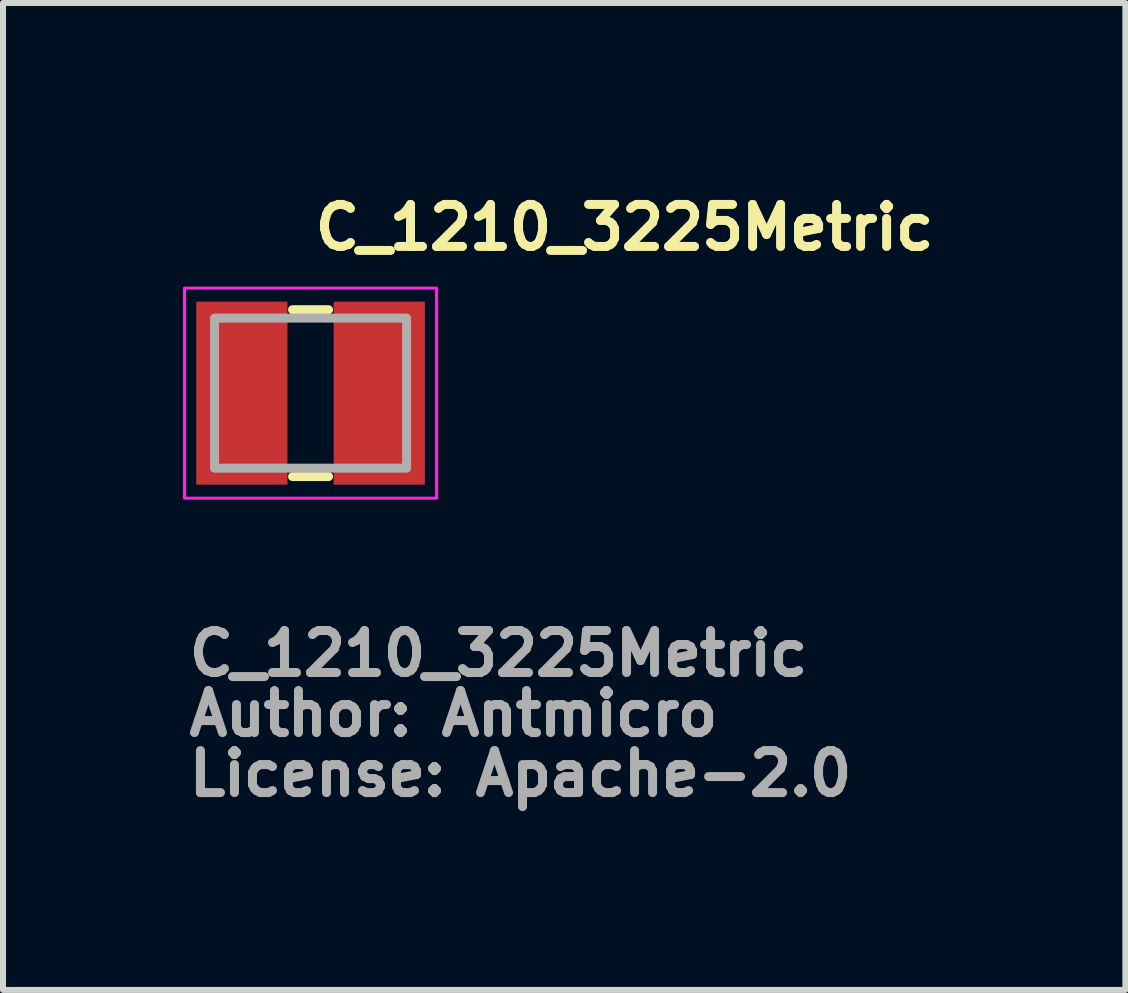
<source format=kicad_pcb>
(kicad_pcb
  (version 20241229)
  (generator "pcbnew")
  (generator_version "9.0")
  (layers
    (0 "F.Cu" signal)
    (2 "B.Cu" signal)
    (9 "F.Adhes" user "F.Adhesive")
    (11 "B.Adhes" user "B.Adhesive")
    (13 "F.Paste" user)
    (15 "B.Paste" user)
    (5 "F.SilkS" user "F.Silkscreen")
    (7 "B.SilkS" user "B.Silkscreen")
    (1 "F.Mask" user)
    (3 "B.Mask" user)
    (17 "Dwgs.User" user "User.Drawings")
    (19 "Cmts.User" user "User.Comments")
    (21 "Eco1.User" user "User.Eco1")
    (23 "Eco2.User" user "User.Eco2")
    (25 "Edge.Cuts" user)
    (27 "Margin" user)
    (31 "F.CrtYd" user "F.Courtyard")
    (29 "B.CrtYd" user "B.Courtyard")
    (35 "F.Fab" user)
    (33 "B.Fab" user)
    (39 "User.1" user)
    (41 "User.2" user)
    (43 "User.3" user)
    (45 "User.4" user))
  (footprint "C_1210_3225Metric"
    (layer "F.Cu")
    (at 2.125 3.501)
    (property "Reference" "C_1210_3225Metric" (at 0 -2.351 0) (layer "F.SilkS") (effects (font (size 0.7 0.7) (thickness 0.15)) (justify left bottom)))
    (attr smd)
    (fp_line (start -0.3 -1.39) (end 0.3 -1.39) (stroke (width 0.15) (type solid)) (layer "F.SilkS"))
    (fp_line (start -0.3 1.39) (end 0.3 1.39) (stroke (width 0.15) (type solid)) (layer "F.SilkS"))
    (fp_rect (start -2.1 -1.75) (end 2.1 1.75) (stroke (width 0.05) (type solid)) (fill no) (layer "F.CrtYd"))
    (fp_rect (start -1.6 -1.25) (end 1.6 1.25) (stroke (width 0.15) (type solid)) (fill no) (layer "F.Fab"))
    (fp_rect (start -1.6 -1.25) (end 1.6 1.25) (stroke (width 0.1) (type solid)) (fill no) (layer "User.5"))
    (fp_line (start -1.601 -1.246) (end -1.601 -1.244) (stroke (width 0.02) (type solid)) (layer "User.9"))
    (fp_line (start -1.601 -1.244) (end -1.601 -1.244) (stroke (width 0.02) (type solid)) (layer "User.9"))
    (fp_line (start -1.601 -1.244) (end -1.601 -1.244) (stroke (width 0.02) (type solid)) (layer "User.9"))
    (fp_line (start -1.601 -1.244) (end -1.601 -1.244) (stroke (width 0.02) (type solid)) (layer "User.9"))
    (fp_line (start -1.601 -1.244) (end -1.601 -1.244) (stroke (width 0.02) (type solid)) (layer "User.9"))
    (fp_line (start -1.601 -1.244) (end -1.601 -1.242) (stroke (width 0.02) (type solid)) (layer "User.9"))
    (fp_line (start -1.601 -1.242) (end -1.601 -1.242) (stroke (width 0.02) (type solid)) (layer "User.9"))
    (fp_line (start -1.601 -1.242) (end -1.601 -1.242) (stroke (width 0.02) (type solid)) (layer "User.9"))
    (fp_line (start -1.601 -1.242) (end -1.601 -1.24) (stroke (width 0.02) (type solid)) (layer "User.9"))
    (fp_line (start -1.601 -1.24) (end -1.601 -1.24) (stroke (width 0.02) (type solid)) (layer "User.9"))
    (fp_line (start -1.601 -1.24) (end -1.601 -1.24) (stroke (width 0.02) (type solid)) (layer "User.9"))
    (fp_line (start -1.601 -1.24) (end -1.601 -1.24) (stroke (width 0.02) (type solid)) (layer "User.9"))
    (fp_line (start -1.601 -1.24) (end -1.601 -1.24) (stroke (width 0.02) (type solid)) (layer "User.9"))
    (fp_line (start -1.601 -1.24) (end -1.601 -1.238) (stroke (width 0.02) (type solid)) (layer "User.9"))
    (fp_line (start -1.601 -1.24) (end -1.601 1.239) (stroke (width 0.02) (type solid)) (layer "User.9"))
    (fp_line (start -1.601 -1.238) (end -1.601 -1.238) (stroke (width 0.02) (type solid)) (layer "User.9"))
    (fp_line (start -1.601 -1.238) (end -1.601 -1.238) (stroke (width 0.02) (type solid)) (layer "User.9"))
    (fp_line (start -1.601 -1.238) (end -1.601 -1.238) (stroke (width 0.02) (type solid)) (layer "User.9"))
    (fp_line (start -1.601 -1.238) (end -1.601 -1.238) (stroke (width 0.02) (type solid)) (layer "User.9"))
    (fp_line (start -1.601 -1.238) (end -1.601 -1.236) (stroke (width 0.02) (type solid)) (layer "User.9"))
    (fp_line (start -1.601 -1.236) (end -1.599 -1.236) (stroke (width 0.02) (type solid)) (layer "User.9"))
    (fp_line (start -1.601 1.235) (end -1.601 1.235) (stroke (width 0.02) (type solid)) (layer "User.9"))
    (fp_line (start -1.601 1.235) (end -1.601 1.235) (stroke (width 0.02) (type solid)) (layer "User.9"))
    (fp_line (start -1.601 1.235) (end -1.601 1.237) (stroke (width 0.02) (type solid)) (layer "User.9"))
    (fp_line (start -1.601 1.237) (end -1.601 1.237) (stroke (width 0.02) (type solid)) (layer "User.9"))
    (fp_line (start -1.601 1.237) (end -1.601 1.237) (stroke (width 0.02) (type solid)) (layer "User.9"))
    (fp_line (start -1.601 1.237) (end -1.601 1.237) (stroke (width 0.02) (type solid)) (layer "User.9"))
    (fp_line (start -1.601 1.237) (end -1.601 1.237) (stroke (width 0.02) (type solid)) (layer "User.9"))
    (fp_line (start -1.601 1.237) (end -1.601 1.239) (stroke (width 0.02) (type solid)) (layer "User.9"))
    (fp_line (start -1.601 1.239) (end -1.601 1.239) (stroke (width 0.02) (type solid)) (layer "User.9"))
    (fp_line (start -1.601 1.239) (end -1.601 1.239) (stroke (width 0.02) (type solid)) (layer "User.9"))
    (fp_line (start -1.601 1.239) (end -1.601 1.239) (stroke (width 0.02) (type solid)) (layer "User.9"))
    (fp_line (start -1.601 1.239) (end -1.601 1.241) (stroke (width 0.02) (type solid)) (layer "User.9"))
    (fp_line (start -1.601 1.241) (end -1.601 1.241) (stroke (width 0.02) (type solid)) (layer "User.9"))
    (fp_line (start -1.601 1.241) (end -1.601 1.241) (stroke (width 0.02) (type solid)) (layer "User.9"))
    (fp_line (start -1.601 1.241) (end -1.601 1.241) (stroke (width 0.02) (type solid)) (layer "User.9"))
    (fp_line (start -1.601 1.241) (end -1.601 1.241) (stroke (width 0.02) (type solid)) (layer "User.9"))
    (fp_line (start -1.601 1.241) (end -1.601 1.243) (stroke (width 0.02) (type solid)) (layer "User.9"))
    (fp_line (start -1.601 1.243) (end -1.601 1.243) (stroke (width 0.02) (type solid)) (layer "User.9"))
    (fp_line (start -1.601 1.243) (end -1.601 1.243) (stroke (width 0.02) (type solid)) (layer "User.9"))
    (fp_line (start -1.601 1.243) (end -1.599 1.243) (stroke (width 0.02) (type solid)) (layer "User.9"))
    (fp_line (start -1.599 -1.248) (end -1.599 -1.248) (stroke (width 0.02) (type solid)) (layer "User.9"))
    (fp_line (start -1.599 -1.248) (end -1.599 -1.248) (stroke (width 0.02) (type solid)) (layer "User.9"))
    (fp_line (start -1.599 -1.248) (end -1.599 -1.246) (stroke (width 0.02) (type solid)) (layer "User.9"))
    (fp_line (start -1.599 -1.246) (end -1.601 -1.246) (stroke (width 0.02) (type solid)) (layer "User.9"))
    (fp_line (start -1.599 -1.246) (end -1.599 -1.246) (stroke (width 0.02) (type solid)) (layer "User.9"))
    (fp_line (start -1.599 -1.246) (end -1.599 -1.246) (stroke (width 0.02) (type solid)) (layer "User.9"))
    (fp_line (start -1.599 -1.246) (end -1.599 -1.246) (stroke (width 0.02) (type solid)) (layer "User.9"))
    (fp_line (start -1.599 -1.236) (end -1.599 -1.236) (stroke (width 0.02) (type solid)) (layer "User.9"))
    (fp_line (start -1.599 -1.236) (end -1.599 -1.236) (stroke (width 0.02) (type solid)) (layer "User.9"))
    (fp_line (start -1.599 -1.236) (end -1.599 -1.236) (stroke (width 0.02) (type solid)) (layer "User.9"))
    (fp_line (start -1.599 -1.236) (end -1.599 -1.234) (stroke (width 0.02) (type solid)) (layer "User.9"))
    (fp_line (start -1.599 -1.234) (end -1.599 -1.234) (stroke (width 0.02) (type solid)) (layer "User.9"))
    (fp_line (start -1.599 -1.234) (end -1.599 -1.234) (stroke (width 0.02) (type solid)) (layer "User.9"))
    (fp_line (start -1.599 -1.234) (end -1.597 -1.234) (stroke (width 0.02) (type solid)) (layer "User.9"))
    (fp_line (start -1.599 1.231) (end -1.599 1.233) (stroke (width 0.02) (type solid)) (layer "User.9"))
    (fp_line (start -1.599 1.233) (end -1.599 1.233) (stroke (width 0.02) (type solid)) (layer "User.9"))
    (fp_line (start -1.599 1.233) (end -1.599 1.233) (stroke (width 0.02) (type solid)) (layer "User.9"))
    (fp_line (start -1.599 1.233) (end -1.599 1.233) (stroke (width 0.02) (type solid)) (layer "User.9"))
    (fp_line (start -1.599 1.233) (end -1.599 1.233) (stroke (width 0.02) (type solid)) (layer "User.9"))
    (fp_line (start -1.599 1.233) (end -1.599 1.235) (stroke (width 0.02) (type solid)) (layer "User.9"))
    (fp_line (start -1.599 1.235) (end -1.601 1.235) (stroke (width 0.02) (type solid)) (layer "User.9"))
    (fp_line (start -1.599 1.243) (end -1.599 1.245) (stroke (width 0.02) (type solid)) (layer "User.9"))
    (fp_line (start -1.599 1.245) (end -1.599 1.245) (stroke (width 0.02) (type solid)) (layer "User.9"))
    (fp_line (start -1.599 1.245) (end -1.599 1.245) (stroke (width 0.02) (type solid)) (layer "User.9"))
    (fp_line (start -1.599 1.245) (end -1.599 1.245) (stroke (width 0.02) (type solid)) (layer "User.9"))
    (fp_line (start -1.599 1.245) (end -1.599 1.245) (stroke (width 0.02) (type solid)) (layer "User.9"))
    (fp_line (start -1.599 1.245) (end -1.599 1.247) (stroke (width 0.02) (type solid)) (layer "User.9"))
    (fp_line (start -1.599 1.247) (end -1.597 1.247) (stroke (width 0.02) (type solid)) (layer "User.9"))
    (fp_line (start -1.597 -1.25) (end -1.597 -1.25) (stroke (width 0.02) (type solid)) (layer "User.9"))
    (fp_line (start -1.597 -1.25) (end -1.597 -1.25) (stroke (width 0.02) (type solid)) (layer "User.9"))
    (fp_line (start -1.597 -1.25) (end -1.597 -1.248) (stroke (width 0.02) (type solid)) (layer "User.9"))
    (fp_line (start -1.597 -1.248) (end -1.599 -1.248) (stroke (width 0.02) (type solid)) (layer "User.9"))
    (fp_line (start -1.597 -1.248) (end -1.597 -1.248) (stroke (width 0.02) (type solid)) (layer "User.9"))
    (fp_line (start -1.597 -1.234) (end -1.597 -1.234) (stroke (width 0.02) (type solid)) (layer "User.9"))
    (fp_line (start -1.597 -1.234) (end -1.597 -1.232) (stroke (width 0.02) (type solid)) (layer "User.9"))
    (fp_line (start -1.597 -1.232) (end -1.597 -1.232) (stroke (width 0.02) (type solid)) (layer "User.9"))
    (fp_line (start -1.597 -1.232) (end -1.597 -1.232) (stroke (width 0.02) (type solid)) (layer "User.9"))
    (fp_line (start -1.597 -1.232) (end -1.595 -1.232) (stroke (width 0.02) (type solid)) (layer "User.9"))
    (fp_line (start -1.597 1.231) (end -1.599 1.231) (stroke (width 0.02) (type solid)) (layer "User.9"))
    (fp_line (start -1.597 1.231) (end -1.597 1.231) (stroke (width 0.02) (type solid)) (layer "User.9"))
    (fp_line (start -1.597 1.231) (end -1.597 1.231) (stroke (width 0.02) (type solid)) (layer "User.9"))
    (fp_line (start -1.597 1.231) (end -1.597 1.231) (stroke (width 0.02) (type solid)) (layer "User.9"))
    (fp_line (start -1.597 1.231) (end -1.597 1.231) (stroke (width 0.02) (type solid)) (layer "User.9"))
    (fp_line (start -1.597 1.247) (end -1.597 1.247) (stroke (width 0.02) (type solid)) (layer "User.9"))
    (fp_line (start -1.597 1.247) (end -1.597 1.247) (stroke (width 0.02) (type solid)) (layer "User.9"))
    (fp_line (start -1.597 1.247) (end -1.597 1.247) (stroke (width 0.02) (type solid)) (layer "User.9"))
    (fp_line (start -1.597 1.247) (end -1.597 1.247) (stroke (width 0.02) (type solid)) (layer "User.9"))
    (fp_line (start -1.597 1.247) (end -1.595 1.247) (stroke (width 0.02) (type solid)) (layer "User.9"))
    (fp_line (start -1.595 -1.25) (end -1.597 -1.25) (stroke (width 0.02) (type solid)) (layer "User.9"))
    (fp_line (start -1.595 -1.25) (end -1.595 -1.25) (stroke (width 0.02) (type solid)) (layer "User.9"))
    (fp_line (start -1.595 -1.25) (end -1.595 -1.25) (stroke (width 0.02) (type solid)) (layer "User.9"))
    (fp_line (start -1.595 -1.25) (end -1.595 -1.25) (stroke (width 0.02) (type solid)) (layer "User.9"))
    (fp_line (start -1.595 -1.232) (end -1.595 -1.232) (stroke (width 0.02) (type solid)) (layer "User.9"))
    (fp_line (start -1.595 -1.232) (end -1.595 -1.232) (stroke (width 0.02) (type solid)) (layer "User.9"))
    (fp_line (start -1.595 -1.232) (end -1.595 -1.232) (stroke (width 0.02) (type solid)) (layer "User.9"))
    (fp_line (start -1.595 -1.232) (end -1.593 -1.232) (stroke (width 0.02) (type solid)) (layer "User.9"))
    (fp_line (start -1.595 1.229) (end -1.595 1.229) (stroke (width 0.02) (type solid)) (layer "User.9"))
    (fp_line (start -1.595 1.229) (end -1.595 1.229) (stroke (width 0.02) (type solid)) (layer "User.9"))
    (fp_line (start -1.595 1.229) (end -1.595 1.231) (stroke (width 0.02) (type solid)) (layer "User.9"))
    (fp_line (start -1.595 1.231) (end -1.597 1.231) (stroke (width 0.02) (type solid)) (layer "User.9"))
    (fp_line (start -1.595 1.247) (end -1.595 1.249) (stroke (width 0.02) (type solid)) (layer "User.9"))
    (fp_line (start -1.595 1.249) (end -1.595 1.249) (stroke (width 0.02) (type solid)) (layer "User.9"))
    (fp_line (start -1.595 1.249) (end -1.595 1.249) (stroke (width 0.02) (type solid)) (layer "User.9"))
    (fp_line (start -1.595 1.249) (end -1.593 1.249) (stroke (width 0.02) (type solid)) (layer "User.9"))
    (fp_line (start -1.593 -1.25) (end -1.595 -1.25) (stroke (width 0.02) (type solid)) (layer "User.9"))
    (fp_line (start -1.593 -1.25) (end -1.593 -1.25) (stroke (width 0.02) (type solid)) (layer "User.9"))
    (fp_line (start -1.593 -1.25) (end -1.593 -1.25) (stroke (width 0.02) (type solid)) (layer "User.9"))
    (fp_line (start -1.593 -1.25) (end -1.593 -1.25) (stroke (width 0.02) (type solid)) (layer "User.9"))
    (fp_line (start -1.593 -1.25) (end -1.593 -1.25) (stroke (width 0.02) (type solid)) (layer "User.9"))
    (fp_line (start -1.593 -1.232) (end -1.593 -1.232) (stroke (width 0.02) (type solid)) (layer "User.9"))
    (fp_line (start -1.593 -1.232) (end -1.593 -1.232) (stroke (width 0.02) (type solid)) (layer "User.9"))
    (fp_line (start -1.593 -1.232) (end -1.593 -1.232) (stroke (width 0.02) (type solid)) (layer "User.9"))
    (fp_line (start -1.593 -1.232) (end -1.593 -1.232) (stroke (width 0.02) (type solid)) (layer "User.9"))
    (fp_line (start -1.593 -1.232) (end -1.591 -1.232) (stroke (width 0.02) (type solid)) (layer "User.9"))
    (fp_line (start -1.593 1.229) (end -1.595 1.229) (stroke (width 0.02) (type solid)) (layer "User.9"))
    (fp_line (start -1.593 1.229) (end -1.593 1.229) (stroke (width 0.02) (type solid)) (layer "User.9"))
    (fp_line (start -1.593 1.229) (end -1.593 1.229) (stroke (width 0.02) (type solid)) (layer "User.9"))
    (fp_line (start -1.593 1.229) (end -1.593 1.229) (stroke (width 0.02) (type solid)) (layer "User.9"))
    (fp_line (start -1.593 1.229) (end -1.593 1.229) (stroke (width 0.02) (type solid)) (layer "User.9"))
    (fp_line (start -1.593 1.249) (end -1.593 1.249) (stroke (width 0.02) (type solid)) (layer "User.9"))
    (fp_line (start -1.593 1.249) (end -1.593 1.249) (stroke (width 0.02) (type solid)) (layer "User.9"))
    (fp_line (start -1.593 1.249) (end -1.593 1.249) (stroke (width 0.02) (type solid)) (layer "User.9"))
    (fp_line (start -1.593 1.249) (end -1.593 1.249) (stroke (width 0.02) (type solid)) (layer "User.9"))
    (fp_line (start -1.593 1.249) (end -1.591 1.249) (stroke (width 0.02) (type solid)) (layer "User.9"))
    (fp_line (start -1.591 -1.25) (end -1.593 -1.25) (stroke (width 0.02) (type solid)) (layer "User.9"))
    (fp_line (start -1.591 -1.25) (end -1.591 -1.25) (stroke (width 0.02) (type solid)) (layer "User.9"))
    (fp_line (start -1.591 -1.25) (end -1.591 -1.25) (stroke (width 0.02) (type solid)) (layer "User.9"))
    (fp_line (start -1.591 -1.25) (end -1.591 -1.25) (stroke (width 0.02) (type solid)) (layer "User.9"))
    (fp_line (start -1.591 -1.232) (end -1.591 -1.23) (stroke (width 0.02) (type solid)) (layer "User.9"))
    (fp_line (start -1.591 -1.232) (end -1.589 -1.232) (stroke (width 0.02) (type solid)) (layer "User.9"))
    (fp_line (start -1.591 -1.23) (end -1.591 -1.232) (stroke (width 0.02) (type solid)) (layer "User.9"))
    (fp_line (start -1.591 -1.23) (end -1.591 -1.23) (stroke (width 0.02) (type solid)) (layer "User.9"))
    (fp_line (start -1.591 1.229) (end -1.593 1.229) (stroke (width 0.02) (type solid)) (layer "User.9"))
    (fp_line (start -1.591 1.229) (end -1.591 1.229) (stroke (width 0.02) (type solid)) (layer "User.9"))
    (fp_line (start -1.591 1.229) (end -1.591 1.229) (stroke (width 0.02) (type solid)) (layer "User.9"))
    (fp_line (start -1.591 1.229) (end -1.591 1.229) (stroke (width 0.02) (type solid)) (layer "User.9"))
    (fp_line (start -1.591 1.249) (end -1.591 1.249) (stroke (width 0.02) (type solid)) (layer "User.9"))
    (fp_line (start -1.591 1.249) (end -1.591 1.249) (stroke (width 0.02) (type solid)) (layer "User.9"))
    (fp_line (start -1.591 1.249) (end -1.591 1.249) (stroke (width 0.02) (type solid)) (layer "User.9"))
    (fp_line (start -1.591 1.249) (end -1.589 1.249) (stroke (width 0.02) (type solid)) (layer "User.9"))
    (fp_line (start -1.591 1.249) (end -0.85 1.249) (stroke (width 0.02) (type solid)) (layer "User.9"))
    (fp_line (start -1.589 -1.25) (end -1.591 -1.25) (stroke (width 0.02) (type solid)) (layer "User.9"))
    (fp_line (start -1.589 -1.25) (end -1.589 -1.25) (stroke (width 0.02) (type solid)) (layer "User.9"))
    (fp_line (start -1.589 -1.25) (end -1.589 -1.25) (stroke (width 0.02) (type solid)) (layer "User.9"))
    (fp_line (start -1.589 -1.25) (end -1.589 -1.25) (stroke (width 0.02) (type solid)) (layer "User.9"))
    (fp_line (start -1.589 -1.25) (end -1.589 -1.25) (stroke (width 0.02) (type solid)) (layer "User.9"))
    (fp_line (start -1.589 -1.232) (end -1.589 -1.232) (stroke (width 0.02) (type solid)) (layer "User.9"))
    (fp_line (start -1.589 -1.232) (end -1.589 -1.232) (stroke (width 0.02) (type solid)) (layer "User.9"))
    (fp_line (start -1.589 -1.232) (end -1.589 -1.232) (stroke (width 0.02) (type solid)) (layer "User.9"))
    (fp_line (start -1.589 -1.232) (end -1.589 -1.232) (stroke (width 0.02) (type solid)) (layer "User.9"))
    (fp_line (start -1.589 -1.232) (end -1.587 -1.232) (stroke (width 0.02) (type solid)) (layer "User.9"))
    (fp_line (start -1.589 1.229) (end -1.591 1.229) (stroke (width 0.02) (type solid)) (layer "User.9"))
    (fp_line (start -1.589 1.229) (end -1.589 1.229) (stroke (width 0.02) (type solid)) (layer "User.9"))
    (fp_line (start -1.589 1.229) (end -1.589 1.229) (stroke (width 0.02) (type solid)) (layer "User.9"))
    (fp_line (start -1.589 1.229) (end -1.589 1.229) (stroke (width 0.02) (type solid)) (layer "User.9"))
    (fp_line (start -1.589 1.229) (end -1.589 1.229) (stroke (width 0.02) (type solid)) (layer "User.9"))
    (fp_line (start -1.589 1.249) (end -1.589 1.249) (stroke (width 0.02) (type solid)) (layer "User.9"))
    (fp_line (start -1.589 1.249) (end -1.589 1.249) (stroke (width 0.02) (type solid)) (layer "User.9"))
    (fp_line (start -1.589 1.249) (end -1.589 1.249) (stroke (width 0.02) (type solid)) (layer "User.9"))
    (fp_line (start -1.589 1.249) (end -1.589 1.249) (stroke (width 0.02) (type solid)) (layer "User.9"))
    (fp_line (start -1.589 1.249) (end -1.587 1.249) (stroke (width 0.02) (type solid)) (layer "User.9"))
    (fp_line (start -1.587 -1.25) (end -1.589 -1.25) (stroke (width 0.02) (type solid)) (layer "User.9"))
    (fp_line (start -1.587 -1.25) (end -1.587 -1.25) (stroke (width 0.02) (type solid)) (layer "User.9"))
    (fp_line (start -1.587 -1.25) (end -1.587 -1.25) (stroke (width 0.02) (type solid)) (layer "User.9"))
    (fp_line (start -1.587 -1.25) (end -1.587 -1.25) (stroke (width 0.02) (type solid)) (layer "User.9"))
    (fp_line (start -1.587 -1.232) (end -1.587 -1.232) (stroke (width 0.02) (type solid)) (layer "User.9"))
    (fp_line (start -1.587 -1.232) (end -1.587 -1.232) (stroke (width 0.02) (type solid)) (layer "User.9"))
    (fp_line (start -1.587 -1.232) (end -1.587 -1.232) (stroke (width 0.02) (type solid)) (layer "User.9"))
    (fp_line (start -1.587 -1.232) (end -1.585 -1.232) (stroke (width 0.02) (type solid)) (layer "User.9"))
    (fp_line (start -1.587 1.229) (end -1.589 1.229) (stroke (width 0.02) (type solid)) (layer "User.9"))
    (fp_line (start -1.587 1.229) (end -1.587 1.229) (stroke (width 0.02) (type solid)) (layer "User.9"))
    (fp_line (start -1.587 1.229) (end -1.587 1.229) (stroke (width 0.02) (type solid)) (layer "User.9"))
    (fp_line (start -1.587 1.231) (end -1.587 1.229) (stroke (width 0.02) (type solid)) (layer "User.9"))
    (fp_line (start -1.587 1.247) (end -1.585 1.247) (stroke (width 0.02) (type solid)) (layer "User.9"))
    (fp_line (start -1.587 1.249) (end -1.587 1.247) (stroke (width 0.02) (type solid)) (layer "User.9"))
    (fp_line (start -1.587 1.249) (end -1.587 1.249) (stroke (width 0.02) (type solid)) (layer "User.9"))
    (fp_line (start -1.587 1.249) (end -1.587 1.249) (stroke (width 0.02) (type solid)) (layer "User.9"))
    (fp_line (start -1.585 -1.25) (end -1.587 -1.25) (stroke (width 0.02) (type solid)) (layer "User.9"))
    (fp_line (start -1.585 -1.25) (end -1.585 -1.25) (stroke (width 0.02) (type solid)) (layer "User.9"))
    (fp_line (start -1.585 -1.25) (end -1.585 -1.25) (stroke (width 0.02) (type solid)) (layer "User.9"))
    (fp_line (start -1.585 -1.248) (end -1.585 -1.25) (stroke (width 0.02) (type solid)) (layer "User.9"))
    (fp_line (start -1.585 -1.248) (end -1.585 -1.248) (stroke (width 0.02) (type solid)) (layer "User.9"))
    (fp_line (start -1.585 -1.234) (end -1.585 -1.234) (stroke (width 0.02) (type solid)) (layer "User.9"))
    (fp_line (start -1.585 -1.234) (end -1.583 -1.234) (stroke (width 0.02) (type solid)) (layer "User.9"))
    (fp_line (start -1.585 -1.232) (end -1.585 -1.234) (stroke (width 0.02) (type solid)) (layer "User.9"))
    (fp_line (start -1.585 -1.232) (end -1.585 -1.232) (stroke (width 0.02) (type solid)) (layer "User.9"))
    (fp_line (start -1.585 -1.232) (end -1.585 -1.232) (stroke (width 0.02) (type solid)) (layer "User.9"))
    (fp_line (start -1.585 1.231) (end -1.587 1.231) (stroke (width 0.02) (type solid)) (layer "User.9"))
    (fp_line (start -1.585 1.231) (end -1.585 1.231) (stroke (width 0.02) (type solid)) (layer "User.9"))
    (fp_line (start -1.585 1.231) (end -1.585 1.231) (stroke (width 0.02) (type solid)) (layer "User.9"))
    (fp_line (start -1.585 1.231) (end -1.585 1.231) (stroke (width 0.02) (type solid)) (layer "User.9"))
    (fp_line (start -1.585 1.231) (end -1.585 1.231) (stroke (width 0.02) (type solid)) (layer "User.9"))
    (fp_line (start -1.585 1.247) (end -1.585 1.247) (stroke (width 0.02) (type solid)) (layer "User.9"))
    (fp_line (start -1.585 1.247) (end -1.585 1.247) (stroke (width 0.02) (type solid)) (layer "User.9"))
    (fp_line (start -1.585 1.247) (end -1.585 1.247) (stroke (width 0.02) (type solid)) (layer "User.9"))
    (fp_line (start -1.585 1.247) (end -1.585 1.247) (stroke (width 0.02) (type solid)) (layer "User.9"))
    (fp_line (start -1.585 1.247) (end -1.583 1.247) (stroke (width 0.02) (type solid)) (layer "User.9"))
    (fp_line (start -1.583 -1.248) (end -1.585 -1.248) (stroke (width 0.02) (type solid)) (layer "User.9"))
    (fp_line (start -1.583 -1.248) (end -1.583 -1.248) (stroke (width 0.02) (type solid)) (layer "User.9"))
    (fp_line (start -1.583 -1.248) (end -1.583 -1.248) (stroke (width 0.02) (type solid)) (layer "User.9"))
    (fp_line (start -1.583 -1.246) (end -1.583 -1.248) (stroke (width 0.02) (type solid)) (layer "User.9"))
    (fp_line (start -1.583 -1.246) (end -1.583 -1.246) (stroke (width 0.02) (type solid)) (layer "User.9"))
    (fp_line (start -1.583 -1.246) (end -1.583 -1.246) (stroke (width 0.02) (type solid)) (layer "User.9"))
    (fp_line (start -1.583 -1.246) (end -1.583 -1.246) (stroke (width 0.02) (type solid)) (layer "User.9"))
    (fp_line (start -1.583 -1.236) (end -1.583 -1.236) (stroke (width 0.02) (type solid)) (layer "User.9"))
    (fp_line (start -1.583 -1.236) (end -1.583 -1.236) (stroke (width 0.02) (type solid)) (layer "User.9"))
    (fp_line (start -1.583 -1.236) (end -1.583 -1.236) (stroke (width 0.02) (type solid)) (layer "User.9"))
    (fp_line (start -1.583 -1.236) (end -1.581 -1.236) (stroke (width 0.02) (type solid)) (layer "User.9"))
    (fp_line (start -1.583 -1.234) (end -1.583 -1.236) (stroke (width 0.02) (type solid)) (layer "User.9"))
    (fp_line (start -1.583 -1.234) (end -1.583 -1.234) (stroke (width 0.02) (type solid)) (layer "User.9"))
    (fp_line (start -1.583 -1.234) (end -1.583 -1.234) (stroke (width 0.02) (type solid)) (layer "User.9"))
    (fp_line (start -1.583 1.231) (end -1.585 1.231) (stroke (width 0.02) (type solid)) (layer "User.9"))
    (fp_line (start -1.583 1.233) (end -1.583 1.231) (stroke (width 0.02) (type solid)) (layer "User.9"))
    (fp_line (start -1.583 1.233) (end -1.583 1.233) (stroke (width 0.02) (type solid)) (layer "User.9"))
    (fp_line (start -1.583 1.233) (end -1.583 1.233) (stroke (width 0.02) (type solid)) (layer "User.9"))
    (fp_line (start -1.583 1.233) (end -1.583 1.233) (stroke (width 0.02) (type solid)) (layer "User.9"))
    (fp_line (start -1.583 1.233) (end -1.583 1.233) (stroke (width 0.02) (type solid)) (layer "User.9"))
    (fp_line (start -1.583 1.235) (end -1.583 1.233) (stroke (width 0.02) (type solid)) (layer "User.9"))
    (fp_line (start -1.583 1.243) (end -1.581 1.243) (stroke (width 0.02) (type solid)) (layer "User.9"))
    (fp_line (start -1.583 1.245) (end -1.583 1.243) (stroke (width 0.02) (type solid)) (layer "User.9"))
    (fp_line (start -1.583 1.245) (end -1.583 1.245) (stroke (width 0.02) (type solid)) (layer "User.9"))
    (fp_line (start -1.583 1.245) (end -1.583 1.245) (stroke (width 0.02) (type solid)) (layer "User.9"))
    (fp_line (start -1.583 1.245) (end -1.583 1.245) (stroke (width 0.02) (type solid)) (layer "User.9"))
    (fp_line (start -1.583 1.245) (end -1.583 1.245) (stroke (width 0.02) (type solid)) (layer "User.9"))
    (fp_line (start -1.583 1.247) (end -1.583 1.245) (stroke (width 0.02) (type solid)) (layer "User.9"))
    (fp_line (start -1.581 -1.246) (end -1.583 -1.246) (stroke (width 0.02) (type solid)) (layer "User.9"))
    (fp_line (start -1.581 -1.244) (end -1.581 -1.246) (stroke (width 0.02) (type solid)) (layer "User.9"))
    (fp_line (start -1.581 -1.244) (end -1.581 -1.244) (stroke (width 0.02) (type solid)) (layer "User.9"))
    (fp_line (start -1.581 -1.244) (end -1.581 -1.244) (stroke (width 0.02) (type solid)) (layer "User.9"))
    (fp_line (start -1.581 -1.244) (end -1.581 -1.244) (stroke (width 0.02) (type solid)) (layer "User.9"))
    (fp_line (start -1.581 -1.244) (end -1.581 -1.244) (stroke (width 0.02) (type solid)) (layer "User.9"))
    (fp_line (start -1.581 -1.242) (end -1.581 -1.244) (stroke (width 0.02) (type solid)) (layer "User.9"))
    (fp_line (start -1.581 -1.242) (end -1.581 -1.242) (stroke (width 0.02) (type solid)) (layer "User.9"))
    (fp_line (start -1.581 -1.242) (end -1.581 -1.242) (stroke (width 0.02) (type solid)) (layer "User.9"))
    (fp_line (start -1.581 -1.24) (end -1.581 -1.242) (stroke (width 0.02) (type solid)) (layer "User.9"))
    (fp_line (start -1.581 -1.24) (end -1.581 -1.24) (stroke (width 0.02) (type solid)) (layer "User.9"))
    (fp_line (start -1.581 -1.24) (end -1.581 -1.24) (stroke (width 0.02) (type solid)) (layer "User.9"))
    (fp_line (start -1.581 -1.24) (end -1.581 -1.24) (stroke (width 0.02) (type solid)) (layer "User.9"))
    (fp_line (start -1.581 -1.24) (end -1.581 -1.24) (stroke (width 0.02) (type solid)) (layer "User.9"))
    (fp_line (start -1.581 -1.24) (end -1.581 -1.24) (stroke (width 0.02) (type solid)) (layer "User.9"))
    (fp_line (start -1.581 -1.238) (end -1.581 -1.24) (stroke (width 0.02) (type solid)) (layer "User.9"))
    (fp_line (start -1.581 -1.238) (end -1.581 -1.238) (stroke (width 0.02) (type solid)) (layer "User.9"))
    (fp_line (start -1.581 -1.238) (end -1.581 -1.238) (stroke (width 0.02) (type solid)) (layer "User.9"))
    (fp_line (start -1.581 -1.238) (end -1.581 -1.238) (stroke (width 0.02) (type solid)) (layer "User.9"))
    (fp_line (start -1.581 -1.238) (end -1.581 -1.238) (stroke (width 0.02) (type solid)) (layer "User.9"))
    (fp_line (start -1.581 -1.236) (end -1.581 -1.238) (stroke (width 0.02) (type solid)) (layer "User.9"))
    (fp_line (start -1.581 1.235) (end -1.583 1.235) (stroke (width 0.02) (type solid)) (layer "User.9"))
    (fp_line (start -1.581 1.235) (end -1.581 1.235) (stroke (width 0.02) (type solid)) (layer "User.9"))
    (fp_line (start -1.581 1.235) (end -1.581 1.235) (stroke (width 0.02) (type solid)) (layer "User.9"))
    (fp_line (start -1.581 1.237) (end -1.581 1.235) (stroke (width 0.02) (type solid)) (layer "User.9"))
    (fp_line (start -1.581 1.237) (end -1.581 1.237) (stroke (width 0.02) (type solid)) (layer "User.9"))
    (fp_line (start -1.581 1.237) (end -1.581 1.237) (stroke (width 0.02) (type solid)) (layer "User.9"))
    (fp_line (start -1.581 1.237) (end -1.581 1.237) (stroke (width 0.02) (type solid)) (layer "User.9"))
    (fp_line (start -1.581 1.237) (end -1.581 1.237) (stroke (width 0.02) (type solid)) (layer "User.9"))
    (fp_line (start -1.581 1.239) (end -1.581 1.237) (stroke (width 0.02) (type solid)) (layer "User.9"))
    (fp_line (start -1.581 1.239) (end -1.581 1.239) (stroke (width 0.02) (type solid)) (layer "User.9"))
    (fp_line (start -1.581 1.239) (end -1.581 1.239) (stroke (width 0.02) (type solid)) (layer "User.9"))
    (fp_line (start -1.581 1.239) (end -1.581 1.239) (stroke (width 0.02) (type solid)) (layer "User.9"))
    (fp_line (start -1.581 1.239) (end -1.581 1.239) (stroke (width 0.02) (type solid)) (layer "User.9"))
    (fp_line (start -1.581 1.241) (end -1.581 1.239) (stroke (width 0.02) (type solid)) (layer "User.9"))
    (fp_line (start -1.581 1.241) (end -1.581 1.241) (stroke (width 0.02) (type solid)) (layer "User.9"))
    (fp_line (start -1.581 1.241) (end -1.581 1.241) (stroke (width 0.02) (type solid)) (layer "User.9"))
    (fp_line (start -1.581 1.241) (end -1.581 1.241) (stroke (width 0.02) (type solid)) (layer "User.9"))
    (fp_line (start -1.581 1.241) (end -1.581 1.241) (stroke (width 0.02) (type solid)) (layer "User.9"))
    (fp_line (start -1.581 1.243) (end -1.581 1.241) (stroke (width 0.02) (type solid)) (layer "User.9"))
    (fp_line (start -1.581 1.243) (end -1.581 1.243) (stroke (width 0.02) (type solid)) (layer "User.9"))
    (fp_line (start -1.581 1.243) (end -1.581 1.243) (stroke (width 0.02) (type solid)) (layer "User.9"))
    (fp_line (start -0.85 -1.25) (end -1.591 -1.25) (stroke (width 0.02) (type solid)) (layer "User.9"))
    (fp_line (start -0.85 -1.24) (end -0.85 -1.25) (stroke (width 0.02) (type solid)) (layer "User.9"))
    (fp_line (start -0.85 1.233) (end 0.848 1.233) (stroke (width 0.02) (type solid)) (layer "User.9"))
    (fp_line (start -0.85 1.239) (end -0.85 -1.24) (stroke (width 0.02) (type solid)) (layer "User.9"))
    (fp_line (start -0.85 1.249) (end -0.85 1.239) (stroke (width 0.02) (type solid)) (layer "User.9"))
    (fp_line (start 0.848 -1.25) (end 0.848 -1.24) (stroke (width 0.02) (type solid)) (layer "User.9"))
    (fp_line (start 0.848 -1.24) (end 0.848 1.239) (stroke (width 0.02) (type solid)) (layer "User.9"))
    (fp_line (start 0.848 -1.236) (end -0.85 -1.236) (stroke (width 0.02) (type solid)) (layer "User.9"))
    (fp_line (start 0.848 1.239) (end 0.848 1.249) (stroke (width 0.02) (type solid)) (layer "User.9"))
    (fp_line (start 0.848 1.249) (end 1.59 1.249) (stroke (width 0.02) (type solid)) (layer "User.9"))
    (fp_line (start 1.58 -1.246) (end 1.58 -1.246) (stroke (width 0.02) (type solid)) (layer "User.9"))
    (fp_line (start 1.58 -1.246) (end 1.58 -1.246) (stroke (width 0.02) (type solid)) (layer "User.9"))
    (fp_line (start 1.58 -1.246) (end 1.58 -1.246) (stroke (width 0.02) (type solid)) (layer "User.9"))
    (fp_line (start 1.58 -1.246) (end 1.58 -1.246) (stroke (width 0.02) (type solid)) (layer "User.9"))
    (fp_line (start 1.58 -1.246) (end 1.58 -1.244) (stroke (width 0.02) (type solid)) (layer "User.9"))
    (fp_line (start 1.58 -1.244) (end 1.58 -1.244) (stroke (width 0.02) (type solid)) (layer "User.9"))
    (fp_line (start 1.58 -1.244) (end 1.58 -1.244) (stroke (width 0.02) (type solid)) (layer "User.9"))
    (fp_line (start 1.58 -1.244) (end 1.58 -1.244) (stroke (width 0.02) (type solid)) (layer "User.9"))
    (fp_line (start 1.58 -1.244) (end 1.58 -1.244) (stroke (width 0.02) (type solid)) (layer "User.9"))
    (fp_line (start 1.58 -1.244) (end 1.58 -1.242) (stroke (width 0.02) (type solid)) (layer "User.9"))
    (fp_line (start 1.58 -1.242) (end 1.58 -1.242) (stroke (width 0.02) (type solid)) (layer "User.9"))
    (fp_line (start 1.58 -1.242) (end 1.58 -1.242) (stroke (width 0.02) (type solid)) (layer "User.9"))
    (fp_line (start 1.58 -1.242) (end 1.58 -1.24) (stroke (width 0.02) (type solid)) (layer "User.9"))
    (fp_line (start 1.58 -1.24) (end 1.58 -1.24) (stroke (width 0.02) (type solid)) (layer "User.9"))
    (fp_line (start 1.58 -1.24) (end 1.58 -1.24) (stroke (width 0.02) (type solid)) (layer "User.9"))
    (fp_line (start 1.58 -1.24) (end 1.58 -1.24) (stroke (width 0.02) (type solid)) (layer "User.9"))
    (fp_line (start 1.58 -1.24) (end 1.58 -1.24) (stroke (width 0.02) (type solid)) (layer "User.9"))
    (fp_line (start 1.58 -1.24) (end 1.58 -1.238) (stroke (width 0.02) (type solid)) (layer "User.9"))
    (fp_line (start 1.58 -1.238) (end 1.58 -1.238) (stroke (width 0.02) (type solid)) (layer "User.9"))
    (fp_line (start 1.58 -1.238) (end 1.58 -1.238) (stroke (width 0.02) (type solid)) (layer "User.9"))
    (fp_line (start 1.58 -1.238) (end 1.58 -1.238) (stroke (width 0.02) (type solid)) (layer "User.9"))
    (fp_line (start 1.58 -1.238) (end 1.58 -1.238) (stroke (width 0.02) (type solid)) (layer "User.9"))
    (fp_line (start 1.58 -1.238) (end 1.58 -1.236) (stroke (width 0.02) (type solid)) (layer "User.9"))
    (fp_line (start 1.58 -1.236) (end 1.58 -1.236) (stroke (width 0.02) (type solid)) (layer "User.9"))
    (fp_line (start 1.58 -1.236) (end 1.58 -1.236) (stroke (width 0.02) (type solid)) (layer "User.9"))
    (fp_line (start 1.58 -1.236) (end 1.58 -1.236) (stroke (width 0.02) (type solid)) (layer "User.9"))
    (fp_line (start 1.58 -1.236) (end 1.58 -1.236) (stroke (width 0.02) (type solid)) (layer "User.9"))
    (fp_line (start 1.58 -1.236) (end 1.582 -1.234) (stroke (width 0.02) (type solid)) (layer "User.9"))
    (fp_line (start 1.58 1.233) (end 1.58 1.233) (stroke (width 0.02) (type solid)) (layer "User.9"))
    (fp_line (start 1.58 1.233) (end 1.58 1.233) (stroke (width 0.02) (type solid)) (layer "User.9"))
    (fp_line (start 1.58 1.233) (end 1.58 1.235) (stroke (width 0.02) (type solid)) (layer "User.9"))
    (fp_line (start 1.58 1.235) (end 1.58 1.235) (stroke (width 0.02) (type solid)) (layer "User.9"))
    (fp_line (start 1.58 1.235) (end 1.58 1.235) (stroke (width 0.02) (type solid)) (layer "User.9"))
    (fp_line (start 1.58 1.235) (end 1.58 1.235) (stroke (width 0.02) (type solid)) (layer "User.9"))
    (fp_line (start 1.58 1.235) (end 1.58 1.237) (stroke (width 0.02) (type solid)) (layer "User.9"))
    (fp_line (start 1.58 1.237) (end 1.58 1.237) (stroke (width 0.02) (type solid)) (layer "User.9"))
    (fp_line (start 1.58 1.237) (end 1.58 1.237) (stroke (width 0.02) (type solid)) (layer "User.9"))
    (fp_line (start 1.58 1.237) (end 1.58 1.237) (stroke (width 0.02) (type solid)) (layer "User.9"))
    (fp_line (start 1.58 1.237) (end 1.58 1.237) (stroke (width 0.02) (type solid)) (layer "User.9"))
    (fp_line (start 1.58 1.237) (end 1.58 1.239) (stroke (width 0.02) (type solid)) (layer "User.9"))
    (fp_line (start 1.58 1.239) (end 1.58 1.239) (stroke (width 0.02) (type solid)) (layer "User.9"))
    (fp_line (start 1.58 1.239) (end 1.58 1.239) (stroke (width 0.02) (type solid)) (layer "User.9"))
    (fp_line (start 1.58 1.239) (end 1.58 1.239) (stroke (width 0.02) (type solid)) (layer "User.9"))
    (fp_line (start 1.58 1.239) (end 1.58 1.241) (stroke (width 0.02) (type solid)) (layer "User.9"))
    (fp_line (start 1.58 1.241) (end 1.58 1.241) (stroke (width 0.02) (type solid)) (layer "User.9"))
    (fp_line (start 1.58 1.241) (end 1.58 1.241) (stroke (width 0.02) (type solid)) (layer "User.9"))
    (fp_line (start 1.58 1.241) (end 1.58 1.241) (stroke (width 0.02) (type solid)) (layer "User.9"))
    (fp_line (start 1.58 1.241) (end 1.58 1.241) (stroke (width 0.02) (type solid)) (layer "User.9"))
    (fp_line (start 1.58 1.241) (end 1.58 1.243) (stroke (width 0.02) (type solid)) (layer "User.9"))
    (fp_line (start 1.58 1.243) (end 1.58 1.243) (stroke (width 0.02) (type solid)) (layer "User.9"))
    (fp_line (start 1.58 1.243) (end 1.58 1.243) (stroke (width 0.02) (type solid)) (layer "User.9"))
    (fp_line (start 1.58 1.243) (end 1.58 1.243) (stroke (width 0.02) (type solid)) (layer "User.9"))
    (fp_line (start 1.58 1.243) (end 1.58 1.245) (stroke (width 0.02) (type solid)) (layer "User.9"))
    (fp_line (start 1.58 1.245) (end 1.58 1.245) (stroke (width 0.02) (type solid)) (layer "User.9"))
    (fp_line (start 1.58 1.245) (end 1.58 1.245) (stroke (width 0.02) (type solid)) (layer "User.9"))
    (fp_line (start 1.58 1.245) (end 1.582 1.245) (stroke (width 0.02) (type solid)) (layer "User.9"))
    (fp_line (start 1.582 -1.248) (end 1.58 -1.246) (stroke (width 0.02) (type solid)) (layer "User.9"))
    (fp_line (start 1.582 -1.248) (end 1.582 -1.248) (stroke (width 0.02) (type solid)) (layer "User.9"))
    (fp_line (start 1.582 -1.248) (end 1.582 -1.248) (stroke (width 0.02) (type solid)) (layer "User.9"))
    (fp_line (start 1.582 -1.248) (end 1.582 -1.248) (stroke (width 0.02) (type solid)) (layer "User.9"))
    (fp_line (start 1.582 -1.248) (end 1.582 -1.248) (stroke (width 0.02) (type solid)) (layer "User.9"))
    (fp_line (start 1.582 -1.234) (end 1.582 -1.234) (stroke (width 0.02) (type solid)) (layer "User.9"))
    (fp_line (start 1.582 -1.234) (end 1.582 -1.234) (stroke (width 0.02) (type solid)) (layer "User.9"))
    (fp_line (start 1.582 -1.234) (end 1.582 -1.234) (stroke (width 0.02) (type solid)) (layer "User.9"))
    (fp_line (start 1.582 -1.234) (end 1.582 -1.234) (stroke (width 0.02) (type solid)) (layer "User.9"))
    (fp_line (start 1.582 -1.234) (end 1.584 -1.232) (stroke (width 0.02) (type solid)) (layer "User.9"))
    (fp_line (start 1.582 1.231) (end 1.582 1.231) (stroke (width 0.02) (type solid)) (layer "User.9"))
    (fp_line (start 1.582 1.231) (end 1.582 1.231) (stroke (width 0.02) (type solid)) (layer "User.9"))
    (fp_line (start 1.582 1.231) (end 1.582 1.233) (stroke (width 0.02) (type solid)) (layer "User.9"))
    (fp_line (start 1.582 1.233) (end 1.58 1.233) (stroke (width 0.02) (type solid)) (layer "User.9"))
    (fp_line (start 1.582 1.233) (end 1.582 1.233) (stroke (width 0.02) (type solid)) (layer "User.9"))
    (fp_line (start 1.582 1.245) (end 1.582 1.245) (stroke (width 0.02) (type solid)) (layer "User.9"))
    (fp_line (start 1.582 1.245) (end 1.582 1.247) (stroke (width 0.02) (type solid)) (layer "User.9"))
    (fp_line (start 1.582 1.247) (end 1.582 1.247) (stroke (width 0.02) (type solid)) (layer "User.9"))
    (fp_line (start 1.582 1.247) (end 1.582 1.247) (stroke (width 0.02) (type solid)) (layer "User.9"))
    (fp_line (start 1.582 1.247) (end 1.584 1.247) (stroke (width 0.02) (type solid)) (layer "User.9"))
    (fp_line (start 1.584 -1.25) (end 1.582 -1.248) (stroke (width 0.02) (type solid)) (layer "User.9"))
    (fp_line (start 1.584 -1.25) (end 1.584 -1.25) (stroke (width 0.02) (type solid)) (layer "User.9"))
    (fp_line (start 1.584 -1.25) (end 1.584 -1.25) (stroke (width 0.02) (type solid)) (layer "User.9"))
    (fp_line (start 1.584 -1.25) (end 1.584 -1.25) (stroke (width 0.02) (type solid)) (layer "User.9"))
    (fp_line (start 1.584 -1.25) (end 1.584 -1.25) (stroke (width 0.02) (type solid)) (layer "User.9"))
    (fp_line (start 1.584 -1.232) (end 1.584 -1.232) (stroke (width 0.02) (type solid)) (layer "User.9"))
    (fp_line (start 1.584 -1.232) (end 1.584 -1.232) (stroke (width 0.02) (type solid)) (layer "User.9"))
    (fp_line (start 1.584 -1.232) (end 1.584 -1.232) (stroke (width 0.02) (type solid)) (layer "User.9"))
    (fp_line (start 1.584 -1.232) (end 1.584 -1.232) (stroke (width 0.02) (type solid)) (layer "User.9"))
    (fp_line (start 1.584 -1.232) (end 1.586 -1.232) (stroke (width 0.02) (type solid)) (layer "User.9"))
    (fp_line (start 1.584 1.229) (end 1.584 1.231) (stroke (width 0.02) (type solid)) (layer "User.9"))
    (fp_line (start 1.584 1.231) (end 1.582 1.231) (stroke (width 0.02) (type solid)) (layer "User.9"))
    (fp_line (start 1.584 1.231) (end 1.584 1.231) (stroke (width 0.02) (type solid)) (layer "User.9"))
    (fp_line (start 1.584 1.231) (end 1.584 1.231) (stroke (width 0.02) (type solid)) (layer "User.9"))
    (fp_line (start 1.584 1.231) (end 1.584 1.231) (stroke (width 0.02) (type solid)) (layer "User.9"))
    (fp_line (start 1.584 1.247) (end 1.584 1.247) (stroke (width 0.02) (type solid)) (layer "User.9"))
    (fp_line (start 1.584 1.247) (end 1.584 1.247) (stroke (width 0.02) (type solid)) (layer "User.9"))
    (fp_line (start 1.584 1.247) (end 1.584 1.247) (stroke (width 0.02) (type solid)) (layer "User.9"))
    (fp_line (start 1.584 1.247) (end 1.584 1.249) (stroke (width 0.02) (type solid)) (layer "User.9"))
    (fp_line (start 1.584 1.249) (end 1.586 1.249) (stroke (width 0.02) (type solid)) (layer "User.9"))
    (fp_line (start 1.586 -1.25) (end 1.584 -1.25) (stroke (width 0.02) (type solid)) (layer "User.9"))
    (fp_line (start 1.586 -1.25) (end 1.586 -1.25) (stroke (width 0.02) (type solid)) (layer "User.9"))
    (fp_line (start 1.586 -1.25) (end 1.586 -1.25) (stroke (width 0.02) (type solid)) (layer "User.9"))
    (fp_line (start 1.586 -1.25) (end 1.586 -1.25) (stroke (width 0.02) (type solid)) (layer "User.9"))
    (fp_line (start 1.586 -1.25) (end 1.586 -1.25) (stroke (width 0.02) (type solid)) (layer "User.9"))
    (fp_line (start 1.586 -1.232) (end 1.586 -1.232) (stroke (width 0.02) (type solid)) (layer "User.9"))
    (fp_line (start 1.586 -1.232) (end 1.586 -1.232) (stroke (width 0.02) (type solid)) (layer "User.9"))
    (fp_line (start 1.586 -1.232) (end 1.586 -1.232) (stroke (width 0.02) (type solid)) (layer "User.9"))
    (fp_line (start 1.586 -1.232) (end 1.586 -1.232) (stroke (width 0.02) (type solid)) (layer "User.9"))
    (fp_line (start 1.586 -1.232) (end 1.588 -1.232) (stroke (width 0.02) (type solid)) (layer "User.9"))
    (fp_line (start 1.586 1.229) (end 1.584 1.229) (stroke (width 0.02) (type solid)) (layer "User.9"))
    (fp_line (start 1.586 1.229) (end 1.586 1.229) (stroke (width 0.02) (type solid)) (layer "User.9"))
    (fp_line (start 1.586 1.229) (end 1.586 1.229) (stroke (width 0.02) (type solid)) (layer "User.9"))
    (fp_line (start 1.586 1.229) (end 1.586 1.229) (stroke (width 0.02) (type solid)) (layer "User.9"))
    (fp_line (start 1.586 1.229) (end 1.586 1.229) (stroke (width 0.02) (type solid)) (layer "User.9"))
    (fp_line (start 1.586 1.249) (end 1.586 1.249) (stroke (width 0.02) (type solid)) (layer "User.9"))
    (fp_line (start 1.586 1.249) (end 1.586 1.249) (stroke (width 0.02) (type solid)) (layer "User.9"))
    (fp_line (start 1.586 1.249) (end 1.586 1.249) (stroke (width 0.02) (type solid)) (layer "User.9"))
    (fp_line (start 1.586 1.249) (end 1.586 1.249) (stroke (width 0.02) (type solid)) (layer "User.9"))
    (fp_line (start 1.586 1.249) (end 1.588 1.249) (stroke (width 0.02) (type solid)) (layer "User.9"))
    (fp_line (start 1.588 -1.25) (end 1.586 -1.25) (stroke (width 0.02) (type solid)) (layer "User.9"))
    (fp_line (start 1.588 -1.25) (end 1.588 -1.25) (stroke (width 0.02) (type solid)) (layer "User.9"))
    (fp_line (start 1.588 -1.25) (end 1.588 -1.25) (stroke (width 0.02) (type solid)) (layer "User.9"))
    (fp_line (start 1.588 -1.232) (end 1.588 -1.232) (stroke (width 0.02) (type solid)) (layer "User.9"))
    (fp_line (start 1.588 -1.232) (end 1.588 -1.232) (stroke (width 0.02) (type solid)) (layer "User.9"))
    (fp_line (start 1.588 -1.232) (end 1.59 -1.23) (stroke (width 0.02) (type solid)) (layer "User.9"))
    (fp_line (start 1.588 1.229) (end 1.586 1.229) (stroke (width 0.02) (type solid)) (layer "User.9"))
    (fp_line (start 1.588 1.229) (end 1.588 1.229) (stroke (width 0.02) (type solid)) (layer "User.9"))
    (fp_line (start 1.588 1.229) (end 1.588 1.229) (stroke (width 0.02) (type solid)) (layer "User.9"))
    (fp_line (start 1.588 1.249) (end 1.588 1.249) (stroke (width 0.02) (type solid)) (layer "User.9"))
    (fp_line (start 1.588 1.249) (end 1.588 1.249) (stroke (width 0.02) (type solid)) (layer "User.9"))
    (fp_line (start 1.588 1.249) (end 1.59 1.249) (stroke (width 0.02) (type solid)) (layer "User.9"))
    (fp_line (start 1.59 -1.25) (end 0.848 -1.25) (stroke (width 0.02) (type solid)) (layer "User.9"))
    (fp_line (start 1.59 -1.25) (end 1.588 -1.25) (stroke (width 0.02) (type solid)) (layer "User.9"))
    (fp_line (start 1.59 -1.25) (end 1.59 -1.25) (stroke (width 0.02) (type solid)) (layer "User.9"))
    (fp_line (start 1.59 -1.25) (end 1.59 -1.25) (stroke (width 0.02) (type solid)) (layer "User.9"))
    (fp_line (start 1.59 -1.25) (end 1.59 -1.25) (stroke (width 0.02) (type solid)) (layer "User.9"))
    (fp_line (start 1.59 -1.25) (end 1.59 -1.25) (stroke (width 0.02) (type solid)) (layer "User.9"))
    (fp_line (start 1.59 -1.232) (end 1.59 -1.232) (stroke (width 0.02) (type solid)) (layer "User.9"))
    (fp_line (start 1.59 -1.232) (end 1.59 -1.232) (stroke (width 0.02) (type solid)) (layer "User.9"))
    (fp_line (start 1.59 -1.232) (end 1.592 -1.232) (stroke (width 0.02) (type solid)) (layer "User.9"))
    (fp_line (start 1.59 -1.23) (end 1.59 -1.232) (stroke (width 0.02) (type solid)) (layer "User.9"))
    (fp_line (start 1.59 -1.23) (end 1.59 -1.23) (stroke (width 0.02) (type solid)) (layer "User.9"))
    (fp_line (start 1.59 1.229) (end 1.588 1.229) (stroke (width 0.02) (type solid)) (layer "User.9"))
    (fp_line (start 1.59 1.229) (end 1.59 1.229) (stroke (width 0.02) (type solid)) (layer "User.9"))
    (fp_line (start 1.59 1.229) (end 1.59 1.229) (stroke (width 0.02) (type solid)) (layer "User.9"))
    (fp_line (start 1.59 1.229) (end 1.59 1.229) (stroke (width 0.02) (type solid)) (layer "User.9"))
    (fp_line (start 1.59 1.229) (end 1.59 1.229) (stroke (width 0.02) (type solid)) (layer "User.9"))
    (fp_line (start 1.59 1.249) (end 1.59 1.249) (stroke (width 0.02) (type solid)) (layer "User.9"))
    (fp_line (start 1.59 1.249) (end 1.59 1.249) (stroke (width 0.02) (type solid)) (layer "User.9"))
    (fp_line (start 1.59 1.249) (end 1.59 1.249) (stroke (width 0.02) (type solid)) (layer "User.9"))
    (fp_line (start 1.59 1.249) (end 1.59 1.249) (stroke (width 0.02) (type solid)) (layer "User.9"))
    (fp_line (start 1.59 1.249) (end 1.592 1.249) (stroke (width 0.02) (type solid)) (layer "User.9"))
    (fp_line (start 1.592 -1.25) (end 1.59 -1.25) (stroke (width 0.02) (type solid)) (layer "User.9"))
    (fp_line (start 1.592 -1.25) (end 1.592 -1.25) (stroke (width 0.02) (type solid)) (layer "User.9"))
    (fp_line (start 1.592 -1.25) (end 1.592 -1.25) (stroke (width 0.02) (type solid)) (layer "User.9"))
    (fp_line (start 1.592 -1.25) (end 1.592 -1.25) (stroke (width 0.02) (type solid)) (layer "User.9"))
    (fp_line (start 1.592 -1.25) (end 1.592 -1.25) (stroke (width 0.02) (type solid)) (layer "User.9"))
    (fp_line (start 1.592 -1.232) (end 1.592 -1.232) (stroke (width 0.02) (type solid)) (layer "User.9"))
    (fp_line (start 1.592 -1.232) (end 1.592 -1.232) (stroke (width 0.02) (type solid)) (layer "User.9"))
    (fp_line (start 1.592 -1.232) (end 1.592 -1.232) (stroke (width 0.02) (type solid)) (layer "User.9"))
    (fp_line (start 1.592 -1.232) (end 1.592 -1.232) (stroke (width 0.02) (type solid)) (layer "User.9"))
    (fp_line (start 1.592 -1.232) (end 1.594 -1.232) (stroke (width 0.02) (type solid)) (layer "User.9"))
    (fp_line (start 1.592 1.229) (end 1.59 1.229) (stroke (width 0.02) (type solid)) (layer "User.9"))
    (fp_line (start 1.592 1.229) (end 1.592 1.229) (stroke (width 0.02) (type solid)) (layer "User.9"))
    (fp_line (start 1.592 1.229) (end 1.592 1.229) (stroke (width 0.02) (type solid)) (layer "User.9"))
    (fp_line (start 1.592 1.229) (end 1.592 1.229) (stroke (width 0.02) (type solid)) (layer "User.9"))
    (fp_line (start 1.592 1.229) (end 1.592 1.229) (stroke (width 0.02) (type solid)) (layer "User.9"))
    (fp_line (start 1.592 1.249) (end 1.592 1.249) (stroke (width 0.02) (type solid)) (layer "User.9"))
    (fp_line (start 1.592 1.249) (end 1.592 1.249) (stroke (width 0.02) (type solid)) (layer "User.9"))
    (fp_line (start 1.592 1.249) (end 1.592 1.249) (stroke (width 0.02) (type solid)) (layer "User.9"))
    (fp_line (start 1.592 1.249) (end 1.592 1.249) (stroke (width 0.02) (type solid)) (layer "User.9"))
    (fp_line (start 1.592 1.249) (end 1.594 1.249) (stroke (width 0.02) (type solid)) (layer "User.9"))
    (fp_line (start 1.594 -1.25) (end 1.592 -1.25) (stroke (width 0.02) (type solid)) (layer "User.9"))
    (fp_line (start 1.594 -1.25) (end 1.594 -1.25) (stroke (width 0.02) (type solid)) (layer "User.9"))
    (fp_line (start 1.594 -1.25) (end 1.594 -1.25) (stroke (width 0.02) (type solid)) (layer "User.9"))
    (fp_line (start 1.594 -1.25) (end 1.594 -1.25) (stroke (width 0.02) (type solid)) (layer "User.9"))
    (fp_line (start 1.594 -1.25) (end 1.594 -1.25) (stroke (width 0.02) (type solid)) (layer "User.9"))
    (fp_line (start 1.594 -1.232) (end 1.594 -1.232) (stroke (width 0.02) (type solid)) (layer "User.9"))
    (fp_line (start 1.594 -1.232) (end 1.594 -1.232) (stroke (width 0.02) (type solid)) (layer "User.9"))
    (fp_line (start 1.594 -1.232) (end 1.594 -1.232) (stroke (width 0.02) (type solid)) (layer "User.9"))
    (fp_line (start 1.594 -1.232) (end 1.594 -1.232) (stroke (width 0.02) (type solid)) (layer "User.9"))
    (fp_line (start 1.594 -1.232) (end 1.596 -1.234) (stroke (width 0.02) (type solid)) (layer "User.9"))
    (fp_line (start 1.594 1.229) (end 1.592 1.229) (stroke (width 0.02) (type solid)) (layer "User.9"))
    (fp_line (start 1.594 1.231) (end 1.594 1.229) (stroke (width 0.02) (type solid)) (layer "User.9"))
    (fp_line (start 1.594 1.231) (end 1.594 1.231) (stroke (width 0.02) (type solid)) (layer "User.9"))
    (fp_line (start 1.594 1.231) (end 1.594 1.231) (stroke (width 0.02) (type solid)) (layer "User.9"))
    (fp_line (start 1.594 1.231) (end 1.594 1.231) (stroke (width 0.02) (type solid)) (layer "User.9"))
    (fp_line (start 1.594 1.247) (end 1.594 1.247) (stroke (width 0.02) (type solid)) (layer "User.9"))
    (fp_line (start 1.594 1.247) (end 1.594 1.247) (stroke (width 0.02) (type solid)) (layer "User.9"))
    (fp_line (start 1.594 1.247) (end 1.594 1.247) (stroke (width 0.02) (type solid)) (layer "User.9"))
    (fp_line (start 1.594 1.247) (end 1.596 1.247) (stroke (width 0.02) (type solid)) (layer "User.9"))
    (fp_line (start 1.594 1.249) (end 1.594 1.247) (stroke (width 0.02) (type solid)) (layer "User.9"))
    (fp_line (start 1.596 -1.248) (end 1.594 -1.25) (stroke (width 0.02) (type solid)) (layer "User.9"))
    (fp_line (start 1.596 -1.248) (end 1.596 -1.248) (stroke (width 0.02) (type solid)) (layer "User.9"))
    (fp_line (start 1.596 -1.248) (end 1.596 -1.248) (stroke (width 0.02) (type solid)) (layer "User.9"))
    (fp_line (start 1.596 -1.248) (end 1.596 -1.248) (stroke (width 0.02) (type solid)) (layer "User.9"))
    (fp_line (start 1.596 -1.248) (end 1.596 -1.248) (stroke (width 0.02) (type solid)) (layer "User.9"))
    (fp_line (start 1.596 -1.234) (end 1.596 -1.234) (stroke (width 0.02) (type solid)) (layer "User.9"))
    (fp_line (start 1.596 -1.234) (end 1.596 -1.234) (stroke (width 0.02) (type solid)) (layer "User.9"))
    (fp_line (start 1.596 -1.234) (end 1.596 -1.234) (stroke (width 0.02) (type solid)) (layer "User.9"))
    (fp_line (start 1.596 -1.234) (end 1.596 -1.234) (stroke (width 0.02) (type solid)) (layer "User.9"))
    (fp_line (start 1.596 -1.234) (end 1.598 -1.236) (stroke (width 0.02) (type solid)) (layer "User.9"))
    (fp_line (start 1.596 1.231) (end 1.594 1.231) (stroke (width 0.02) (type solid)) (layer "User.9"))
    (fp_line (start 1.596 1.231) (end 1.596 1.231) (stroke (width 0.02) (type solid)) (layer "User.9"))
    (fp_line (start 1.596 1.231) (end 1.596 1.231) (stroke (width 0.02) (type solid)) (layer "User.9"))
    (fp_line (start 1.596 1.233) (end 1.596 1.231) (stroke (width 0.02) (type solid)) (layer "User.9"))
    (fp_line (start 1.596 1.233) (end 1.596 1.233) (stroke (width 0.02) (type solid)) (layer "User.9"))
    (fp_line (start 1.596 1.245) (end 1.596 1.245) (stroke (width 0.02) (type solid)) (layer "User.9"))
    (fp_line (start 1.596 1.245) (end 1.598 1.245) (stroke (width 0.02) (type solid)) (layer "User.9"))
    (fp_line (start 1.596 1.247) (end 1.596 1.245) (stroke (width 0.02) (type solid)) (layer "User.9"))
    (fp_line (start 1.596 1.247) (end 1.596 1.247) (stroke (width 0.02) (type solid)) (layer "User.9"))
    (fp_line (start 1.596 1.247) (end 1.596 1.247) (stroke (width 0.02) (type solid)) (layer "User.9"))
    (fp_line (start 1.598 -1.246) (end 1.596 -1.248) (stroke (width 0.02) (type solid)) (layer "User.9"))
    (fp_line (start 1.598 -1.246) (end 1.598 -1.246) (stroke (width 0.02) (type solid)) (layer "User.9"))
    (fp_line (start 1.598 -1.246) (end 1.598 -1.246) (stroke (width 0.02) (type solid)) (layer "User.9"))
    (fp_line (start 1.598 -1.246) (end 1.598 -1.246) (stroke (width 0.02) (type solid)) (layer "User.9"))
    (fp_line (start 1.598 -1.246) (end 1.598 -1.246) (stroke (width 0.02) (type solid)) (layer "User.9"))
    (fp_line (start 1.598 -1.244) (end 1.598 -1.246) (stroke (width 0.02) (type solid)) (layer "User.9"))
    (fp_line (start 1.598 -1.244) (end 1.598 -1.244) (stroke (width 0.02) (type solid)) (layer "User.9"))
    (fp_line (start 1.598 -1.244) (end 1.598 -1.244) (stroke (width 0.02) (type solid)) (layer "User.9"))
    (fp_line (start 1.598 -1.244) (end 1.598 -1.244) (stroke (width 0.02) (type solid)) (layer "User.9"))
    (fp_line (start 1.598 -1.244) (end 1.598 -1.244) (stroke (width 0.02) (type solid)) (layer "User.9"))
    (fp_line (start 1.598 -1.242) (end 1.598 -1.244) (stroke (width 0.02) (type solid)) (layer "User.9"))
    (fp_line (start 1.598 -1.242) (end 1.598 -1.242) (stroke (width 0.02) (type solid)) (layer "User.9"))
    (fp_line (start 1.598 -1.242) (end 1.598 -1.242) (stroke (width 0.02) (type solid)) (layer "User.9"))
    (fp_line (start 1.598 -1.24) (end 1.598 -1.24) (stroke (width 0.02) (type solid)) (layer "User.9"))
    (fp_line (start 1.598 -1.24) (end 1.598 -1.24) (stroke (width 0.02) (type solid)) (layer "User.9"))
    (fp_line (start 1.598 -1.24) (end 1.6 -1.24) (stroke (width 0.02) (type solid)) (layer "User.9"))
    (fp_line (start 1.598 -1.238) (end 1.598 -1.24) (stroke (width 0.02) (type solid)) (layer "User.9"))
    (fp_line (start 1.598 -1.238) (end 1.598 -1.238) (stroke (width 0.02) (type solid)) (layer "User.9"))
    (fp_line (start 1.598 -1.238) (end 1.598 -1.238) (stroke (width 0.02) (type solid)) (layer "User.9"))
    (fp_line (start 1.598 -1.238) (end 1.598 -1.238) (stroke (width 0.02) (type solid)) (layer "User.9"))
    (fp_line (start 1.598 -1.238) (end 1.598 -1.238) (stroke (width 0.02) (type solid)) (layer "User.9"))
    (fp_line (start 1.598 -1.236) (end 1.598 -1.238) (stroke (width 0.02) (type solid)) (layer "User.9"))
    (fp_line (start 1.598 -1.236) (end 1.598 -1.236) (stroke (width 0.02) (type solid)) (layer "User.9"))
    (fp_line (start 1.598 -1.236) (end 1.598 -1.236) (stroke (width 0.02) (type solid)) (layer "User.9"))
    (fp_line (start 1.598 -1.236) (end 1.598 -1.236) (stroke (width 0.02) (type solid)) (layer "User.9"))
    (fp_line (start 1.598 -1.236) (end 1.598 -1.236) (stroke (width 0.02) (type solid)) (layer "User.9"))
    (fp_line (start 1.598 1.233) (end 1.596 1.233) (stroke (width 0.02) (type solid)) (layer "User.9"))
    (fp_line (start 1.598 1.233) (end 1.598 1.233) (stroke (width 0.02) (type solid)) (layer "User.9"))
    (fp_line (start 1.598 1.233) (end 1.598 1.233) (stroke (width 0.02) (type solid)) (layer "User.9"))
    (fp_line (start 1.598 1.235) (end 1.598 1.233) (stroke (width 0.02) (type solid)) (layer "User.9"))
    (fp_line (start 1.598 1.235) (end 1.598 1.235) (stroke (width 0.02) (type solid)) (layer "User.9"))
    (fp_line (start 1.598 1.235) (end 1.598 1.235) (stroke (width 0.02) (type solid)) (layer "User.9"))
    (fp_line (start 1.598 1.235) (end 1.598 1.235) (stroke (width 0.02) (type solid)) (layer "User.9"))
    (fp_line (start 1.598 1.237) (end 1.598 1.235) (stroke (width 0.02) (type solid)) (layer "User.9"))
    (fp_line (start 1.598 1.237) (end 1.598 1.237) (stroke (width 0.02) (type solid)) (layer "User.9"))
    (fp_line (start 1.598 1.237) (end 1.598 1.237) (stroke (width 0.02) (type solid)) (layer "User.9"))
    (fp_line (start 1.598 1.237) (end 1.598 1.237) (stroke (width 0.02) (type solid)) (layer "User.9"))
    (fp_line (start 1.598 1.237) (end 1.598 1.237) (stroke (width 0.02) (type solid)) (layer "User.9"))
    (fp_line (start 1.598 1.239) (end 1.598 1.237) (stroke (width 0.02) (type solid)) (layer "User.9"))
    (fp_line (start 1.598 1.239) (end 1.6 1.239) (stroke (width 0.02) (type solid)) (layer "User.9"))
    (fp_line (start 1.598 1.241) (end 1.598 1.239) (stroke (width 0.02) (type solid)) (layer "User.9"))
    (fp_line (start 1.598 1.241) (end 1.598 1.241) (stroke (width 0.02) (type solid)) (layer "User.9"))
    (fp_line (start 1.598 1.241) (end 1.598 1.241) (stroke (width 0.02) (type solid)) (layer "User.9"))
    (fp_line (start 1.598 1.241) (end 1.598 1.241) (stroke (width 0.02) (type solid)) (layer "User.9"))
    (fp_line (start 1.598 1.241) (end 1.598 1.241) (stroke (width 0.02) (type solid)) (layer "User.9"))
    (fp_line (start 1.598 1.243) (end 1.598 1.241) (stroke (width 0.02) (type solid)) (layer "User.9"))
    (fp_line (start 1.598 1.243) (end 1.598 1.243) (stroke (width 0.02) (type solid)) (layer "User.9"))
    (fp_line (start 1.598 1.243) (end 1.598 1.243) (stroke (width 0.02) (type solid)) (layer "User.9"))
    (fp_line (start 1.598 1.243) (end 1.598 1.243) (stroke (width 0.02) (type solid)) (layer "User.9"))
    (fp_line (start 1.598 1.245) (end 1.598 1.243) (stroke (width 0.02) (type solid)) (layer "User.9"))
    (fp_line (start 1.598 1.245) (end 1.598 1.245) (stroke (width 0.02) (type solid)) (layer "User.9"))
    (fp_line (start 1.598 1.245) (end 1.598 1.245) (stroke (width 0.02) (type solid)) (layer "User.9"))
    (fp_line (start 1.6 -1.24) (end 1.598 -1.242) (stroke (width 0.02) (type solid)) (layer "User.9"))
    (fp_line (start 1.6 -1.24) (end 1.6 -1.24) (stroke (width 0.02) (type solid)) (layer "User.9"))
    (fp_line (start 1.6 -1.24) (end 1.6 -1.24) (stroke (width 0.02) (type solid)) (layer "User.9"))
    (fp_line (start 1.6 1.239) (end 1.598 1.239) (stroke (width 0.02) (type solid)) (layer "User.9"))
    (fp_line (start 1.6 1.239) (end 1.6 -1.24) (stroke (width 0.02) (type solid)) (layer "User.9"))
    (fp_line (start 1.6 1.239) (end 1.6 1.239) (stroke (width 0.02) (type solid)) (layer "User.9"))
    (fp_line (start 1.6 1.239) (end 1.6 1.239) (stroke (width 0.02) (type solid)) (layer "User.9"))
    (fp_text user "License: Apache-2.0" (at -2.1 6.749 0) (layer "F.Fab") (effects (font (size 0.7 0.7) (thickness 0.15)) (justify left bottom)))
    (fp_text user "Author: Antmicro" (at -2.1 5.749 0) (layer "F.Fab") (effects (font (size 0.7 0.7) (thickness 0.15)) (justify left bottom)))
    (fp_text user "${REFERENCE}" (at -2.1 4.749 0) (layer "F.Fab") (effects (font (size 0.7 0.7) (thickness 0.15)) (justify left bottom)))
    (pad "1" smd rect (at -1.145 0) (size 1.52 3.05) (layers "F.Cu" "F.Mask" "F.Paste"))
    (pad "2" smd rect (at 1.145 0) (size 1.52 3.05) (layers "F.Cu" "F.Mask" "F.Paste")))
  (gr_rect
    (start -3 -3)
    (end 15.702 13.445)
    (stroke (width 0.1) (type default))
    (fill no)
    (layer "Edge.Cuts")))
</source>
